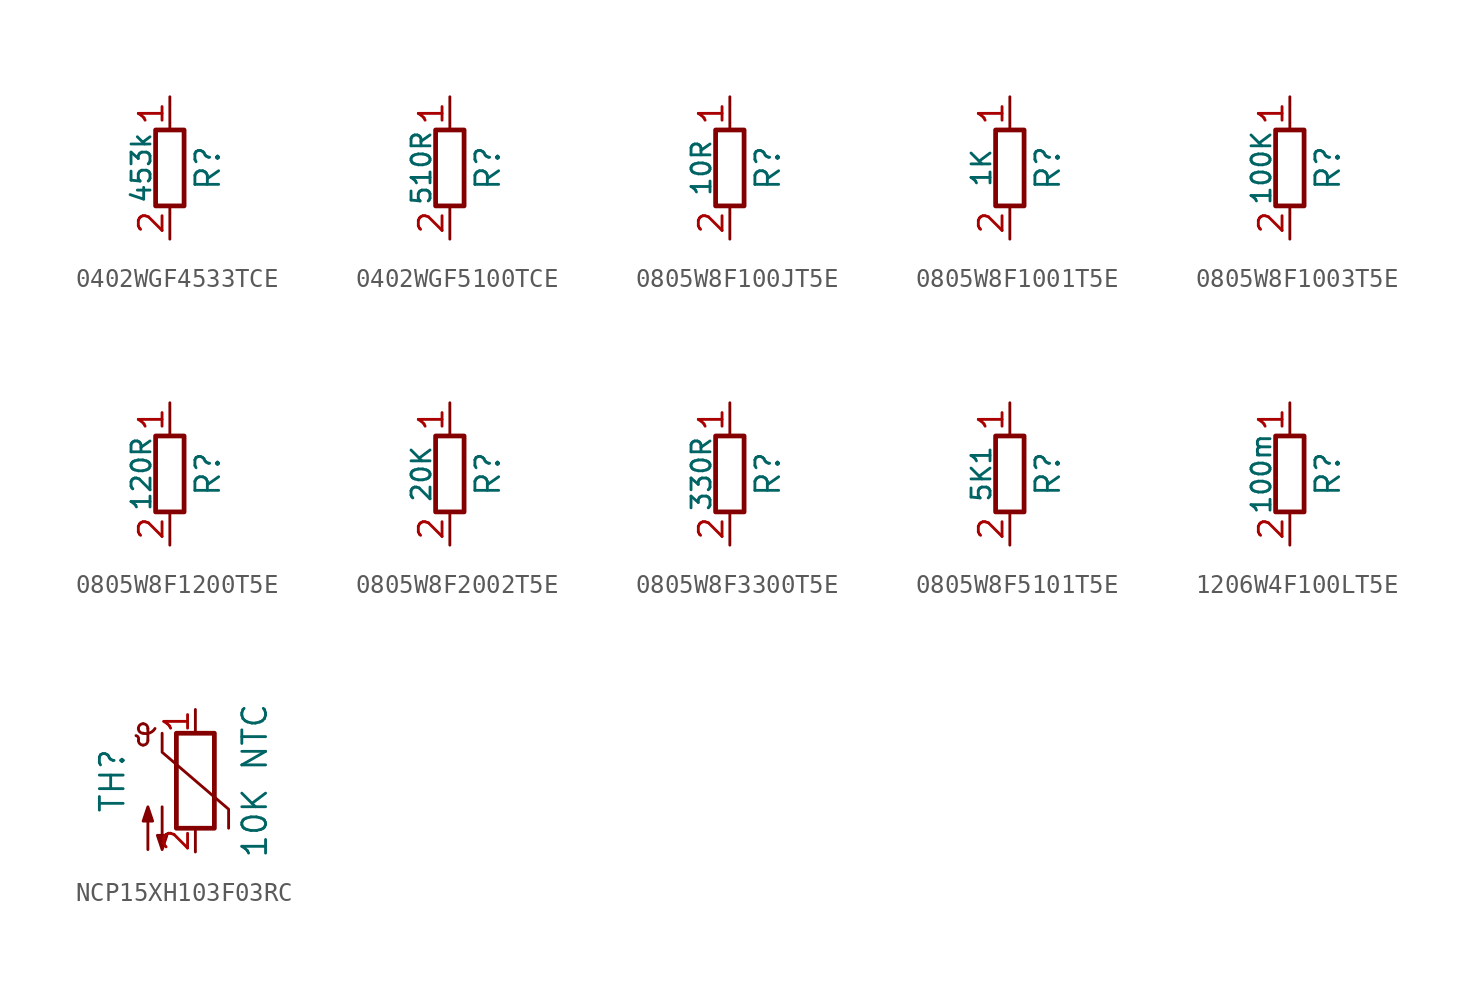
<source format=kicad_sym>
(kicad_symbol_lib
  (version 20211014)
  (generator None)
  (symbol "0402WGF4533TCE"
    (pin_names
      (offset 0))
    (property "Reference" "R"
      (at 2.032 0 90)
      (effects (font (size 1.27 1.27))))
    (property "Value" "453k"
      (at -1.524 0 90)
      (effects (font (size 1.016 1.016))))
    (symbol "0402WGF4533TCE_0_1"
      (rectangle (start -0.762 2.032) (end 0.762 -2.032) (stroke (width 0.254) (type default)) (fill (type none))))
    (symbol "0402WGF4533TCE_1_1"
      (pin passive line (at 0 3.81 270) (length 1.778) (name "~" (effects (font (size 1.27 1.27)))) (number "1" (effects (font (size 1.27 1.27)))))
      (pin passive line (at 0 -3.81 90) (length 1.778) (name "~" (effects (font (size 1.27 1.27)))) (number "2" (effects (font (size 1.27 1.27)))))))
  (symbol "0402WGF5100TCE"
    (pin_names
      (offset 0))
    (property "Reference" "R"
      (at 2.032 0 90)
      (effects (font (size 1.27 1.27))))
    (property "Value" "510R"
      (at -1.524 0 90)
      (effects (font (size 1.016 1.016))))
    (symbol "0402WGF5100TCE_0_1"
      (rectangle (start -0.762 2.032) (end 0.762 -2.032) (stroke (width 0.254) (type default)) (fill (type none))))
    (symbol "0402WGF5100TCE_1_1"
      (pin passive line (at 0 3.81 270) (length 1.778) (name "~" (effects (font (size 1.27 1.27)))) (number "1" (effects (font (size 1.27 1.27)))))
      (pin passive line (at 0 -3.81 90) (length 1.778) (name "~" (effects (font (size 1.27 1.27)))) (number "2" (effects (font (size 1.27 1.27)))))))
  (symbol "0805W8F100JT5E"
    (pin_names
      (offset 0))
    (property "Reference" "R"
      (at 2.032 0 90)
      (effects (font (size 1.27 1.27))))
    (property "Value" "10R"
      (at -1.524 0 90)
      (effects (font (size 1.016 1.016))))
    (symbol "0805W8F100JT5E_0_1"
      (rectangle (start -0.762 2.032) (end 0.762 -2.032) (stroke (width 0.254) (type default)) (fill (type none))))
    (symbol "0805W8F100JT5E_1_1"
      (pin passive line (at 0 3.81 270) (length 1.778) (name "~" (effects (font (size 1.27 1.27)))) (number "1" (effects (font (size 1.27 1.27)))))
      (pin passive line (at 0 -3.81 90) (length 1.778) (name "~" (effects (font (size 1.27 1.27)))) (number "2" (effects (font (size 1.27 1.27)))))))
  (symbol "0805W8F1001T5E"
    (pin_names
      (offset 0))
    (property "Reference" "R"
      (at 2.032 0 90)
      (effects (font (size 1.27 1.27))))
    (property "Value" "1K"
      (at -1.524 0 90)
      (effects (font (size 1.016 1.016))))
    (symbol "0805W8F1001T5E_0_1"
      (rectangle (start -0.762 2.032) (end 0.762 -2.032) (stroke (width 0.254) (type default)) (fill (type none))))
    (symbol "0805W8F1001T5E_1_1"
      (pin passive line (at 0 3.81 270) (length 1.778) (name "~" (effects (font (size 1.27 1.27)))) (number "1" (effects (font (size 1.27 1.27)))))
      (pin passive line (at 0 -3.81 90) (length 1.778) (name "~" (effects (font (size 1.27 1.27)))) (number "2" (effects (font (size 1.27 1.27)))))))
  (symbol "0805W8F1003T5E"
    (pin_names
      (offset 0))
    (property "Reference" "R"
      (at 2.032 0 90)
      (effects (font (size 1.27 1.27))))
    (property "Value" "100K"
      (at -1.524 0 90)
      (effects (font (size 1.016 1.016))))
    (symbol "0805W8F1003T5E_0_1"
      (rectangle (start -0.762 2.032) (end 0.762 -2.032) (stroke (width 0.254) (type default)) (fill (type none))))
    (symbol "0805W8F1003T5E_1_1"
      (pin passive line (at 0 3.81 270) (length 1.778) (name "~" (effects (font (size 1.27 1.27)))) (number "1" (effects (font (size 1.27 1.27)))))
      (pin passive line (at 0 -3.81 90) (length 1.778) (name "~" (effects (font (size 1.27 1.27)))) (number "2" (effects (font (size 1.27 1.27)))))))
  (symbol "0805W8F1200T5E"
    (pin_names
      (offset 0))
    (property "Reference" "R"
      (at 2.032 0 90)
      (effects (font (size 1.27 1.27))))
    (property "Value" "120R"
      (at -1.524 0 90)
      (effects (font (size 1.016 1.016))))
    (symbol "0805W8F1200T5E_0_1"
      (rectangle (start -0.762 2.032) (end 0.762 -2.032) (stroke (width 0.254) (type default)) (fill (type none))))
    (symbol "0805W8F1200T5E_1_1"
      (pin passive line (at 0 3.81 270) (length 1.778) (name "~" (effects (font (size 1.27 1.27)))) (number "1" (effects (font (size 1.27 1.27)))))
      (pin passive line (at 0 -3.81 90) (length 1.778) (name "~" (effects (font (size 1.27 1.27)))) (number "2" (effects (font (size 1.27 1.27)))))))
  (symbol "0805W8F2002T5E"
    (pin_names
      (offset 0))
    (property "Reference" "R"
      (at 2.032 0 90)
      (effects (font (size 1.27 1.27))))
    (property "Value" "20K"
      (at -1.524 0 90)
      (effects (font (size 1.016 1.016))))
    (symbol "0805W8F2002T5E_0_1"
      (rectangle (start -0.762 2.032) (end 0.762 -2.032) (stroke (width 0.254) (type default)) (fill (type none))))
    (symbol "0805W8F2002T5E_1_1"
      (pin passive line (at 0 3.81 270) (length 1.778) (name "~" (effects (font (size 1.27 1.27)))) (number "1" (effects (font (size 1.27 1.27)))))
      (pin passive line (at 0 -3.81 90) (length 1.778) (name "~" (effects (font (size 1.27 1.27)))) (number "2" (effects (font (size 1.27 1.27)))))))
  (symbol "0805W8F3300T5E"
    (pin_names
      (offset 0))
    (property "Reference" "R"
      (at 2.032 0 90)
      (effects (font (size 1.27 1.27))))
    (property "Value" "330R"
      (at -1.524 0 90)
      (effects (font (size 1.016 1.016))))
    (symbol "0805W8F3300T5E_0_1"
      (rectangle (start -0.762 2.032) (end 0.762 -2.032) (stroke (width 0.254) (type default)) (fill (type none))))
    (symbol "0805W8F3300T5E_1_1"
      (pin passive line (at 0 3.81 270) (length 1.778) (name "~" (effects (font (size 1.27 1.27)))) (number "1" (effects (font (size 1.27 1.27)))))
      (pin passive line (at 0 -3.81 90) (length 1.778) (name "~" (effects (font (size 1.27 1.27)))) (number "2" (effects (font (size 1.27 1.27)))))))
  (symbol "0805W8F5101T5E"
    (pin_names
      (offset 0))
    (property "Reference" "R"
      (at 2.032 0 90)
      (effects (font (size 1.27 1.27))))
    (property "Value" "5K1"
      (at -1.524 0 90)
      (effects (font (size 1.016 1.016))))
    (symbol "0805W8F5101T5E_0_1"
      (rectangle (start -0.762 2.032) (end 0.762 -2.032) (stroke (width 0.254) (type default)) (fill (type none))))
    (symbol "0805W8F5101T5E_1_1"
      (pin passive line (at 0 3.81 270) (length 1.778) (name "~" (effects (font (size 1.27 1.27)))) (number "1" (effects (font (size 1.27 1.27)))))
      (pin passive line (at 0 -3.81 90) (length 1.778) (name "~" (effects (font (size 1.27 1.27)))) (number "2" (effects (font (size 1.27 1.27)))))))
  (symbol "1206W4F100LT5E"
    (pin_names
      (offset 0))
    (property "Reference" "R"
      (at 2.032 0 90)
      (effects (font (size 1.27 1.27))))
    (property "Value" "100m"
      (at -1.524 0 90)
      (effects (font (size 1.016 1.016))))
    (symbol "1206W4F100LT5E_0_1"
      (rectangle (start -0.762 2.032) (end 0.762 -2.032) (stroke (width 0.254) (type default)) (fill (type none))))
    (symbol "1206W4F100LT5E_1_1"
      (pin passive line (at 0 3.81 270) (length 1.778) (name "~" (effects (font (size 1.27 1.27)))) (number "1" (effects (font (size 1.27 1.27)))))
      (pin passive line (at 0 -3.81 90) (length 1.778) (name "~" (effects (font (size 1.27 1.27)))) (number "2" (effects (font (size 1.27 1.27)))))))
  (symbol "NCP15XH103F03RC"
    (pin_names
      (offset 0))
    (property "Reference" "TH"
      (at -4.445 0 90)
      (effects (font (size 1.27 1.27))))
    (property "Value" "10K NTC"
      (at 3.175 0 90)
      (effects (font (size 1.27 1.27))))
    (symbol "NCP15XH103F03RC_0_1"
      (arc (start -3.175 2.413) (mid -3.0506 2.3165) (end -3.048 2.159) (stroke (width 0) (type default)) (fill (type none)))
      (arc (start -3.048 2.794) (mid -2.9736 2.9736) (end -2.794 3.048) (stroke (width 0) (type default)) (fill (type none)))
      (arc (start -2.794 3.048) (mid -2.6144 2.9736) (end -2.54 2.794) (stroke (width 0) (type default)) (fill (type none)))
      (arc (start -2.794 2.54) (mid -2.9736 2.6144) (end -3.048 2.794) (stroke (width 0) (type default)) (fill (type none)))
      (arc (start -2.794 1.905) (mid -2.9736 1.9794) (end -3.048 2.159) (stroke (width 0) (type default)) (fill (type none)))
      (arc (start -2.54 2.159) (mid -2.6144 1.9794) (end -2.794 1.905) (stroke (width 0) (type default)) (fill (type none)))
      (arc (start -2.159 2.794) (mid -2.434 2.5608) (end -2.794 2.54) (stroke (width 0) (type default)) (fill (type none)))
      (polyline (pts (xy -2.54 2.159) (xy -2.54 2.794)) (stroke (width 0) (type default)) (fill (type none)))
      (polyline (pts (xy -2.54 -3.683) (xy -2.54 -1.397) (xy -2.794 -2.159) (xy -2.286 -2.159) (xy -2.54 -1.397) (xy -2.54 -1.651)) (stroke (width 0) (type default)) (fill (type outline)))
      (polyline (pts (xy -1.778 2.54) (xy -1.778 1.524) (xy 1.778 -1.524) (xy 1.778 -2.54)) (stroke (width 0) (type default)) (fill (type none)))
      (polyline (pts (xy -1.778 -1.397) (xy -1.778 -3.683) (xy -2.032 -2.921) (xy -1.524 -2.921) (xy -1.778 -3.683) (xy -1.778 -3.429)) (stroke (width 0) (type default)) (fill (type outline)))
      (rectangle (start -1.016 2.54) (end 1.016 -2.54) (stroke (width 0.254) (type default)) (fill (type none))))
    (symbol "NCP15XH103F03RC_1_1"
      (pin passive line (at 0 3.81 270) (length 1.27) (name "~" (effects (font (size 1.27 1.27)))) (number "1" (effects (font (size 1.27 1.27)))))
      (pin passive line (at 0 -3.81 90) (length 1.27) (name "~" (effects (font (size 1.27 1.27)))) (number "2" (effects (font (size 1.27 1.27))))))))
</source>
